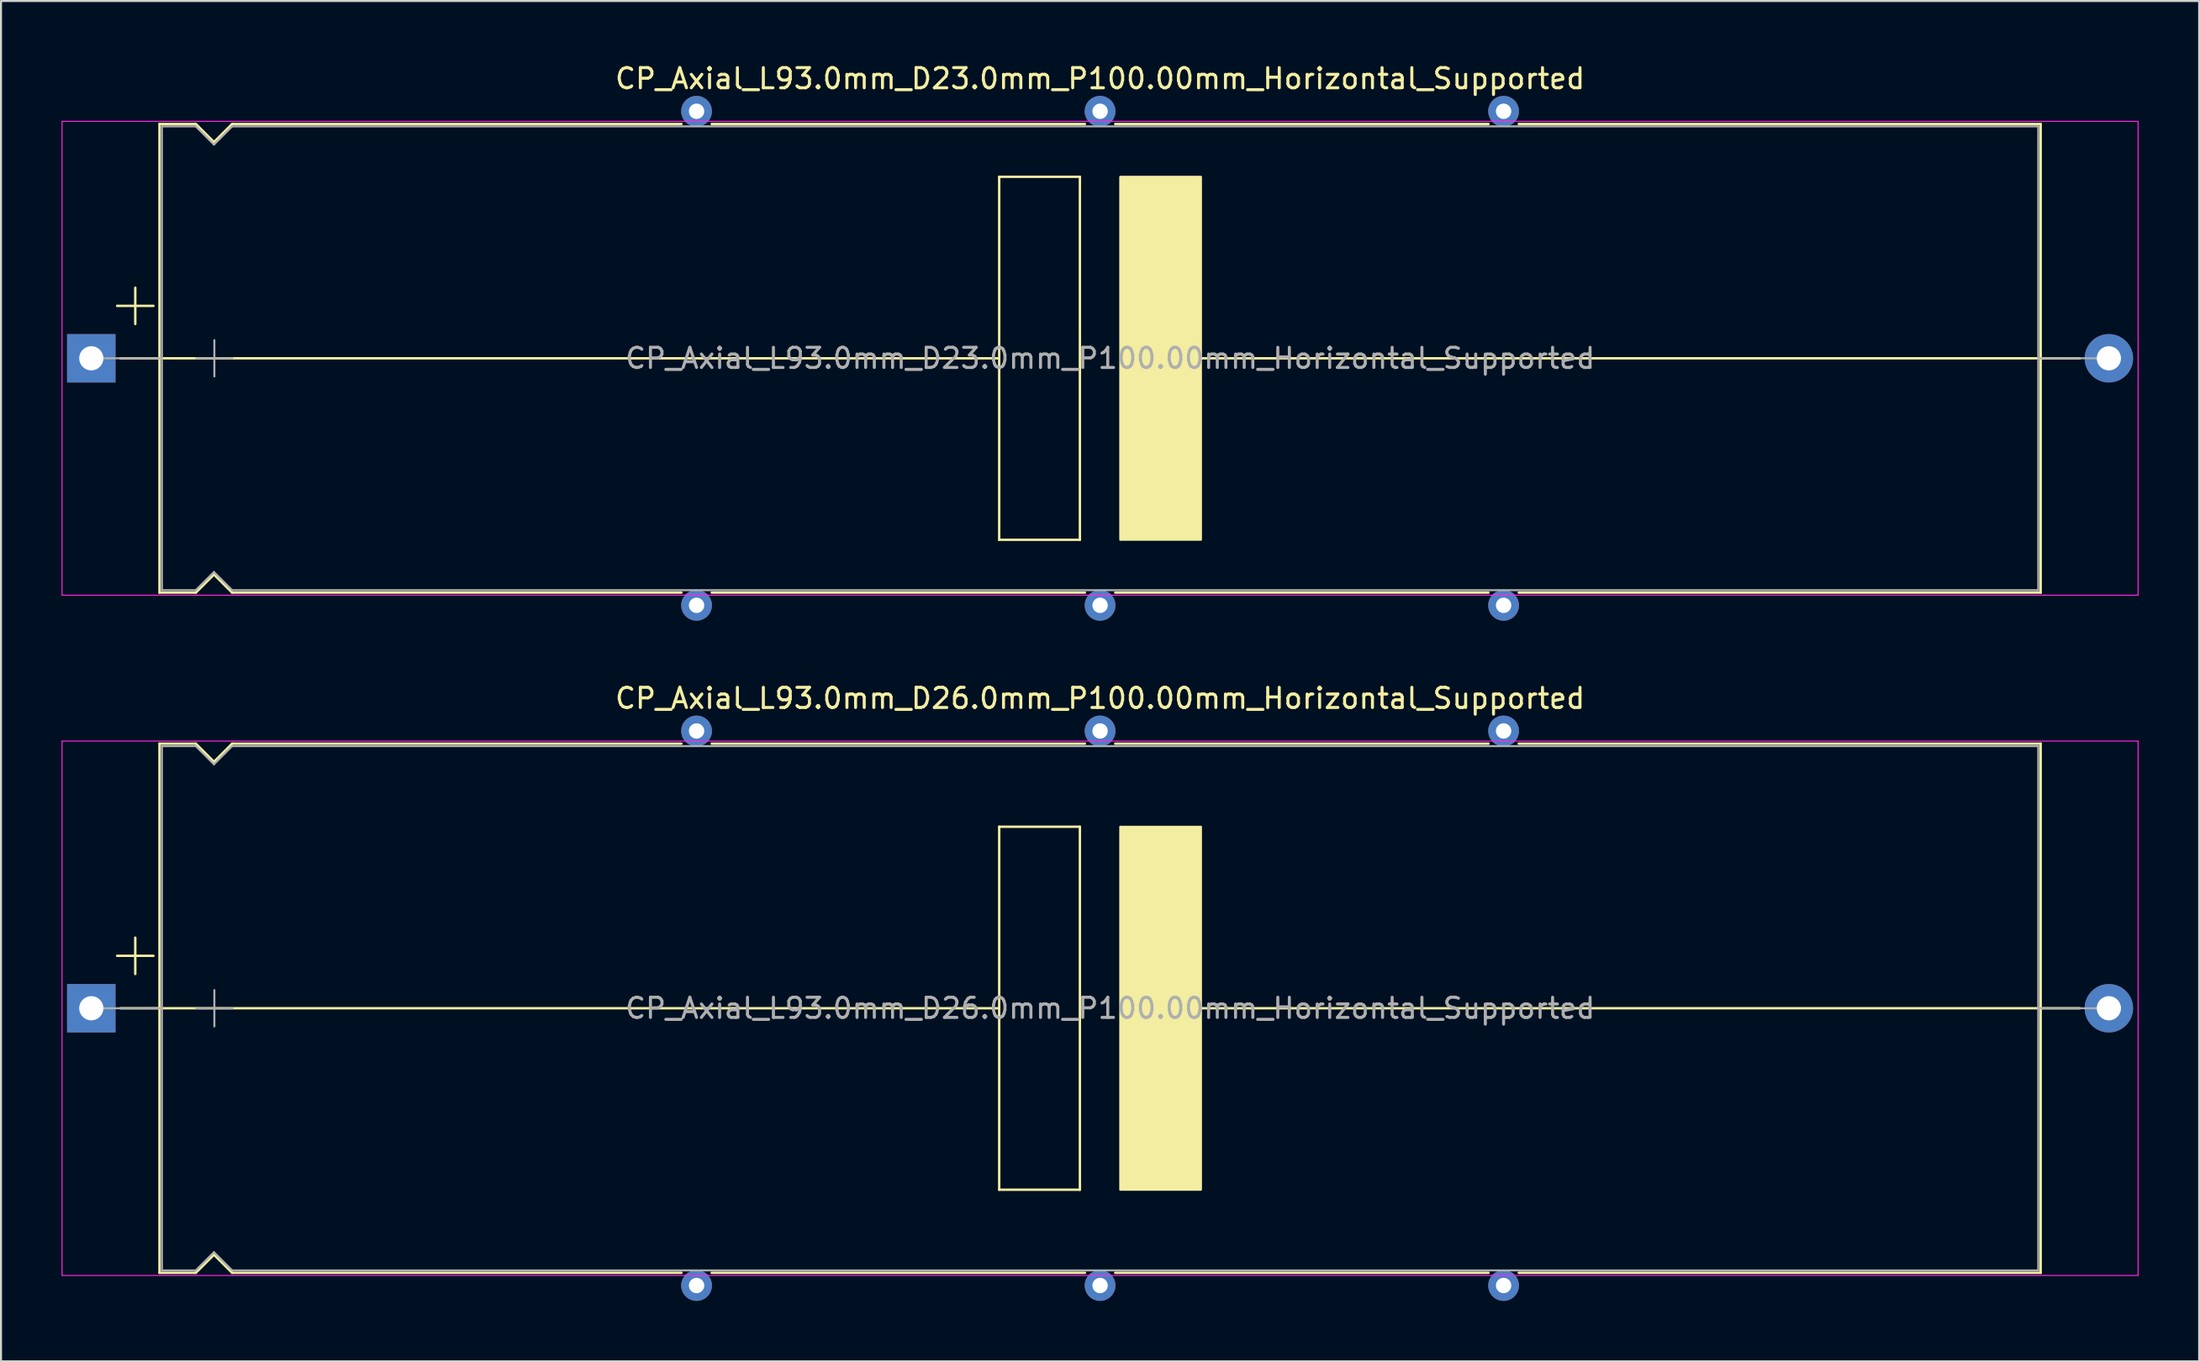
<source format=kicad_pcb>
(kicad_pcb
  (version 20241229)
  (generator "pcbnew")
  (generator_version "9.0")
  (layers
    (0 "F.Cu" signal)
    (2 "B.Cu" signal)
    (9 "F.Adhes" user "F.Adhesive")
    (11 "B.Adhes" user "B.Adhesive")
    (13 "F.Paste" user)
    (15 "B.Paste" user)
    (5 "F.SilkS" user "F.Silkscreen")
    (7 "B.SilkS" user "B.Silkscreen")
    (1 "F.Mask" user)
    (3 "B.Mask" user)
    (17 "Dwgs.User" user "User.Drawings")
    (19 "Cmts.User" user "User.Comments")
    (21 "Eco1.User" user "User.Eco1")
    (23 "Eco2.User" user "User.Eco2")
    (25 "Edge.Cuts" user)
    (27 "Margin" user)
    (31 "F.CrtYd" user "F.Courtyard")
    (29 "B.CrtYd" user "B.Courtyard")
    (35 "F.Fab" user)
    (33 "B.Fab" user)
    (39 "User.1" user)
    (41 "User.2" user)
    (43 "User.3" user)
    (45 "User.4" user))
  (footprint "CP_Axial_L93.0mm_D23.0mm_P100.00mm_Horizontal_Supported"
    (layer "F.Cu")
    (at 1.475 14.718)
    (property "Reference" "CP_Axial_L93.0mm_D23.0mm_P100.00mm_Horizontal_Supported" (at 50 -13.87 0) (layer "F.SilkS") (effects (font (size 1 1) (thickness 0.15))))
    (attr through_hole)
    (fp_line (start 1.28 -2.6) (end 3.08 -2.6) (stroke (width 0.12) (type solid)) (layer "F.SilkS"))
    (fp_line (start 1.44 0) (end 3.38 0) (stroke (width 0.12) (type solid)) (layer "F.SilkS"))
    (fp_line (start 2.18 -3.5) (end 2.18 -1.7) (stroke (width 0.12) (type solid)) (layer "F.SilkS"))
    (fp_line (start 3.38 -11.62) (end 3.38 11.62) (stroke (width 0.12) (type solid)) (layer "F.SilkS"))
    (fp_line (start 3.38 -11.62) (end 5.18 -11.62) (stroke (width 0.12) (type solid)) (layer "F.SilkS"))
    (fp_line (start 3.38 0) (end 45 0) (stroke (width 0.12) (type solid)) (layer "F.SilkS"))
    (fp_line (start 3.38 11.62) (end 5.18 11.62) (stroke (width 0.12) (type solid)) (layer "F.SilkS"))
    (fp_line (start 5.18 -11.62) (end 6.08 -10.72) (stroke (width 0.12) (type solid)) (layer "F.SilkS"))
    (fp_line (start 5.18 11.62) (end 6.08 10.72) (stroke (width 0.12) (type solid)) (layer "F.SilkS"))
    (fp_line (start 6.08 -10.72) (end 6.98 -11.62) (stroke (width 0.12) (type solid)) (layer "F.SilkS"))
    (fp_line (start 6.08 10.72) (end 6.98 11.62) (stroke (width 0.12) (type solid)) (layer "F.SilkS"))
    (fp_line (start 6.98 -11.62) (end 29.25 -11.62) (stroke (width 0.12) (type solid)) (layer "F.SilkS"))
    (fp_line (start 6.98 11.62) (end 29.25 11.62) (stroke (width 0.12) (type solid)) (layer "F.SilkS"))
    (fp_line (start 30.75 -11.62) (end 49.25 -11.62) (stroke (width 0.12) (type solid)) (layer "F.SilkS"))
    (fp_line (start 30.75 11.62) (end 49.25 11.62) (stroke (width 0.12) (type solid)) (layer "F.SilkS"))
    (fp_line (start 45 -9) (end 49 -9) (stroke (width 0.12) (type solid)) (layer "F.SilkS"))
    (fp_line (start 45 9) (end 45 -9) (stroke (width 0.12) (type solid)) (layer "F.SilkS"))
    (fp_line (start 49 -9) (end 49 9) (stroke (width 0.12) (type solid)) (layer "F.SilkS"))
    (fp_line (start 49 9) (end 45 9) (stroke (width 0.12) (type solid)) (layer "F.SilkS"))
    (fp_line (start 50.75 -11.62) (end 69.25 -11.62) (stroke (width 0.12) (type solid)) (layer "F.SilkS"))
    (fp_line (start 50.75 11.62) (end 69.25 11.62) (stroke (width 0.12) (type solid)) (layer "F.SilkS"))
    (fp_line (start 54.5 0) (end 96.62 0) (stroke (width 0.12) (type solid)) (layer "F.SilkS"))
    (fp_line (start 70.75 -11.62) (end 96.62 -11.62) (stroke (width 0.12) (type solid)) (layer "F.SilkS"))
    (fp_line (start 70.75 11.62) (end 96.62 11.62) (stroke (width 0.12) (type solid)) (layer "F.SilkS"))
    (fp_line (start 96.62 -11.62) (end 96.62 11.62) (stroke (width 0.12) (type solid)) (layer "F.SilkS"))
    (fp_line (start 98.56 0) (end 96.62 0) (stroke (width 0.12) (type solid)) (layer "F.SilkS"))
    (fp_poly (pts (xy 55 9) (xy 51 9) (xy 51 -9) (xy 55 -9)) (stroke (width 0.1) (type solid)) (fill yes) (layer "F.SilkS"))
    (fp_line (start -1.45 -11.75) (end -1.45 11.75) (stroke (width 0.05) (type solid)) (layer "F.CrtYd"))
    (fp_line (start -1.45 11.75) (end 101.45 11.75) (stroke (width 0.05) (type solid)) (layer "F.CrtYd"))
    (fp_line (start 101.45 -11.75) (end -1.45 -11.75) (stroke (width 0.05) (type solid)) (layer "F.CrtYd"))
    (fp_line (start 101.45 11.75) (end 101.45 -11.75) (stroke (width 0.05) (type solid)) (layer "F.CrtYd"))
    (fp_line (start 0 0) (end 3.5 0) (stroke (width 0.1) (type solid)) (layer "F.Fab"))
    (fp_line (start 3.5 -11.5) (end 3.5 11.5) (stroke (width 0.1) (type solid)) (layer "F.Fab"))
    (fp_line (start 3.5 -11.5) (end 5.18 -11.5) (stroke (width 0.1) (type solid)) (layer "F.Fab"))
    (fp_line (start 3.5 11.5) (end 5.18 11.5) (stroke (width 0.1) (type solid)) (layer "F.Fab"))
    (fp_line (start 5.18 -11.5) (end 6.08 -10.6) (stroke (width 0.1) (type solid)) (layer "F.Fab"))
    (fp_line (start 5.18 11.5) (end 6.08 10.6) (stroke (width 0.1) (type solid)) (layer "F.Fab"))
    (fp_line (start 5.2 0) (end 7 0) (stroke (width 0.1) (type solid)) (layer "F.Fab"))
    (fp_line (start 6.08 -10.6) (end 6.98 -11.5) (stroke (width 0.1) (type solid)) (layer "F.Fab"))
    (fp_line (start 6.08 10.6) (end 6.98 11.5) (stroke (width 0.1) (type solid)) (layer "F.Fab"))
    (fp_line (start 6.1 -0.9) (end 6.1 0.9) (stroke (width 0.1) (type solid)) (layer "F.Fab"))
    (fp_line (start 6.98 -11.5) (end 96.5 -11.5) (stroke (width 0.1) (type solid)) (layer "F.Fab"))
    (fp_line (start 6.98 11.5) (end 96.5 11.5) (stroke (width 0.1) (type solid)) (layer "F.Fab"))
    (fp_line (start 96.5 -11.5) (end 96.5 11.5) (stroke (width 0.1) (type solid)) (layer "F.Fab"))
    (fp_line (start 100 0) (end 96.5 0) (stroke (width 0.1) (type solid)) (layer "F.Fab"))
    (fp_text user "${REFERENCE}" (at 50.5 0 0) (layer "F.Fab") (effects (font (size 1 1) (thickness 0.15))))
    (pad "" thru_hole circle (at 30 -12.25) (size 1.524 1.524) (drill 0.762) (layers "*.Cu" "*.Mask"))
    (pad "" thru_hole circle (at 30 12.25) (size 1.524 1.524) (drill 0.762) (layers "*.Cu" "*.Mask"))
    (pad "" thru_hole circle (at 50 -12.25) (size 1.524 1.524) (drill 0.762) (layers "*.Cu" "*.Mask"))
    (pad "" thru_hole circle (at 50 12.25) (size 1.524 1.524) (drill 0.762) (layers "*.Cu" "*.Mask"))
    (pad "" thru_hole circle (at 70 -12.25) (size 1.524 1.524) (drill 0.762) (layers "*.Cu" "*.Mask"))
    (pad "" thru_hole circle (at 70 12.25) (size 1.524 1.524) (drill 0.762) (layers "*.Cu" "*.Mask"))
    (pad "1" thru_hole rect (at 0 0) (size 2.4 2.4) (drill 1.2) (layers "*.Cu" "*.Mask"))
    (pad "2" thru_hole oval (at 100 0) (size 2.4 2.4) (drill 1.2) (layers "*.Cu" "*.Mask")))
  (footprint "CP_Axial_L93.0mm_D26.0mm_P100.00mm_Horizontal_Supported"
    (layer "F.Cu")
    (at 1.475 46.949)
    (property "Reference" "CP_Axial_L93.0mm_D26.0mm_P100.00mm_Horizontal_Supported" (at 50 -15.37 0) (layer "F.SilkS") (effects (font (size 1 1) (thickness 0.15))))
    (attr through_hole)
    (fp_line (start 1.28 -2.6) (end 3.08 -2.6) (stroke (width 0.12) (type solid)) (layer "F.SilkS"))
    (fp_line (start 1.44 0) (end 3.38 0) (stroke (width 0.12) (type solid)) (layer "F.SilkS"))
    (fp_line (start 2.18 -3.5) (end 2.18 -1.7) (stroke (width 0.12) (type solid)) (layer "F.SilkS"))
    (fp_line (start 3.38 -13.12) (end 3.38 13.12) (stroke (width 0.12) (type solid)) (layer "F.SilkS"))
    (fp_line (start 3.38 -13.12) (end 5.18 -13.12) (stroke (width 0.12) (type solid)) (layer "F.SilkS"))
    (fp_line (start 3.38 0) (end 45 0) (stroke (width 0.12) (type solid)) (layer "F.SilkS"))
    (fp_line (start 3.38 13.12) (end 5.18 13.12) (stroke (width 0.12) (type solid)) (layer "F.SilkS"))
    (fp_line (start 5.18 -13.12) (end 6.08 -12.22) (stroke (width 0.12) (type solid)) (layer "F.SilkS"))
    (fp_line (start 5.18 13.12) (end 6.08 12.22) (stroke (width 0.12) (type solid)) (layer "F.SilkS"))
    (fp_line (start 6.08 -12.22) (end 6.98 -13.12) (stroke (width 0.12) (type solid)) (layer "F.SilkS"))
    (fp_line (start 6.08 12.22) (end 6.98 13.12) (stroke (width 0.12) (type solid)) (layer "F.SilkS"))
    (fp_line (start 6.98 -13.12) (end 29.25 -13.12) (stroke (width 0.12) (type solid)) (layer "F.SilkS"))
    (fp_line (start 6.98 13.12) (end 29.25 13.12) (stroke (width 0.12) (type solid)) (layer "F.SilkS"))
    (fp_line (start 30.75 -13.12) (end 49.25 -13.12) (stroke (width 0.12) (type solid)) (layer "F.SilkS"))
    (fp_line (start 30.75 13.12) (end 49.25 13.12) (stroke (width 0.12) (type solid)) (layer "F.SilkS"))
    (fp_line (start 45 -9) (end 49 -9) (stroke (width 0.12) (type solid)) (layer "F.SilkS"))
    (fp_line (start 45 9) (end 45 -9) (stroke (width 0.12) (type solid)) (layer "F.SilkS"))
    (fp_line (start 49 -9) (end 49 9) (stroke (width 0.12) (type solid)) (layer "F.SilkS"))
    (fp_line (start 49 9) (end 45 9) (stroke (width 0.12) (type solid)) (layer "F.SilkS"))
    (fp_line (start 50.75 -13.12) (end 69.25 -13.12) (stroke (width 0.12) (type solid)) (layer "F.SilkS"))
    (fp_line (start 50.75 13.12) (end 69.25 13.12) (stroke (width 0.12) (type solid)) (layer "F.SilkS"))
    (fp_line (start 54.5 0) (end 96.62 0) (stroke (width 0.12) (type solid)) (layer "F.SilkS"))
    (fp_line (start 70.75 -13.12) (end 96.62 -13.12) (stroke (width 0.12) (type solid)) (layer "F.SilkS"))
    (fp_line (start 70.75 13.12) (end 96.62 13.12) (stroke (width 0.12) (type solid)) (layer "F.SilkS"))
    (fp_line (start 96.62 -13.12) (end 96.62 13.12) (stroke (width 0.12) (type solid)) (layer "F.SilkS"))
    (fp_line (start 98.56 0) (end 96.62 0) (stroke (width 0.12) (type solid)) (layer "F.SilkS"))
    (fp_poly (pts (xy 55 9) (xy 51 9) (xy 51 -9) (xy 55 -9)) (stroke (width 0.1) (type solid)) (fill yes) (layer "F.SilkS"))
    (fp_line (start -1.45 -13.25) (end -1.45 13.25) (stroke (width 0.05) (type solid)) (layer "F.CrtYd"))
    (fp_line (start -1.45 13.25) (end 101.45 13.25) (stroke (width 0.05) (type solid)) (layer "F.CrtYd"))
    (fp_line (start 101.45 -13.25) (end -1.45 -13.25) (stroke (width 0.05) (type solid)) (layer "F.CrtYd"))
    (fp_line (start 101.45 13.25) (end 101.45 -13.25) (stroke (width 0.05) (type solid)) (layer "F.CrtYd"))
    (fp_line (start 0 0) (end 3.5 0) (stroke (width 0.1) (type solid)) (layer "F.Fab"))
    (fp_line (start 3.5 -13) (end 3.5 13) (stroke (width 0.1) (type solid)) (layer "F.Fab"))
    (fp_line (start 3.5 -13) (end 5.18 -13) (stroke (width 0.1) (type solid)) (layer "F.Fab"))
    (fp_line (start 3.5 13) (end 5.18 13) (stroke (width 0.1) (type solid)) (layer "F.Fab"))
    (fp_line (start 5.18 -13) (end 6.08 -12.1) (stroke (width 0.1) (type solid)) (layer "F.Fab"))
    (fp_line (start 5.18 13) (end 6.08 12.1) (stroke (width 0.1) (type solid)) (layer "F.Fab"))
    (fp_line (start 5.2 0) (end 7 0) (stroke (width 0.1) (type solid)) (layer "F.Fab"))
    (fp_line (start 6.08 -12.1) (end 6.98 -13) (stroke (width 0.1) (type solid)) (layer "F.Fab"))
    (fp_line (start 6.08 12.1) (end 6.98 13) (stroke (width 0.1) (type solid)) (layer "F.Fab"))
    (fp_line (start 6.1 -0.9) (end 6.1 0.9) (stroke (width 0.1) (type solid)) (layer "F.Fab"))
    (fp_line (start 6.98 -13) (end 96.5 -13) (stroke (width 0.1) (type solid)) (layer "F.Fab"))
    (fp_line (start 6.98 13) (end 96.5 13) (stroke (width 0.1) (type solid)) (layer "F.Fab"))
    (fp_line (start 96.5 -13) (end 96.5 13) (stroke (width 0.1) (type solid)) (layer "F.Fab"))
    (fp_line (start 100 0) (end 96.5 0) (stroke (width 0.1) (type solid)) (layer "F.Fab"))
    (fp_text user "${REFERENCE}" (at 50.5 0 0) (layer "F.Fab") (effects (font (size 1 1) (thickness 0.15))))
    (pad "" thru_hole circle (at 30 -13.75) (size 1.524 1.524) (drill 0.762) (layers "*.Cu" "*.Mask"))
    (pad "" thru_hole circle (at 30 13.75) (size 1.524 1.524) (drill 0.762) (layers "*.Cu" "*.Mask"))
    (pad "" thru_hole circle (at 50 -13.75) (size 1.524 1.524) (drill 0.762) (layers "*.Cu" "*.Mask"))
    (pad "" thru_hole circle (at 50 13.75) (size 1.524 1.524) (drill 0.762) (layers "*.Cu" "*.Mask"))
    (pad "" thru_hole circle (at 70 -13.75) (size 1.524 1.524) (drill 0.762) (layers "*.Cu" "*.Mask"))
    (pad "" thru_hole circle (at 70 13.75) (size 1.524 1.524) (drill 0.762) (layers "*.Cu" "*.Mask"))
    (pad "1" thru_hole rect (at 0 0) (size 2.4 2.4) (drill 1.2) (layers "*.Cu" "*.Mask"))
    (pad "2" thru_hole oval (at 100 0) (size 2.4 2.4) (drill 1.2) (layers "*.Cu" "*.Mask")))
  (gr_rect
    (start -3 -3)
    (end 105.95 64.46)
    (stroke (width 0.1) (type default))
    (fill no)
    (layer "Edge.Cuts")))
</source>
